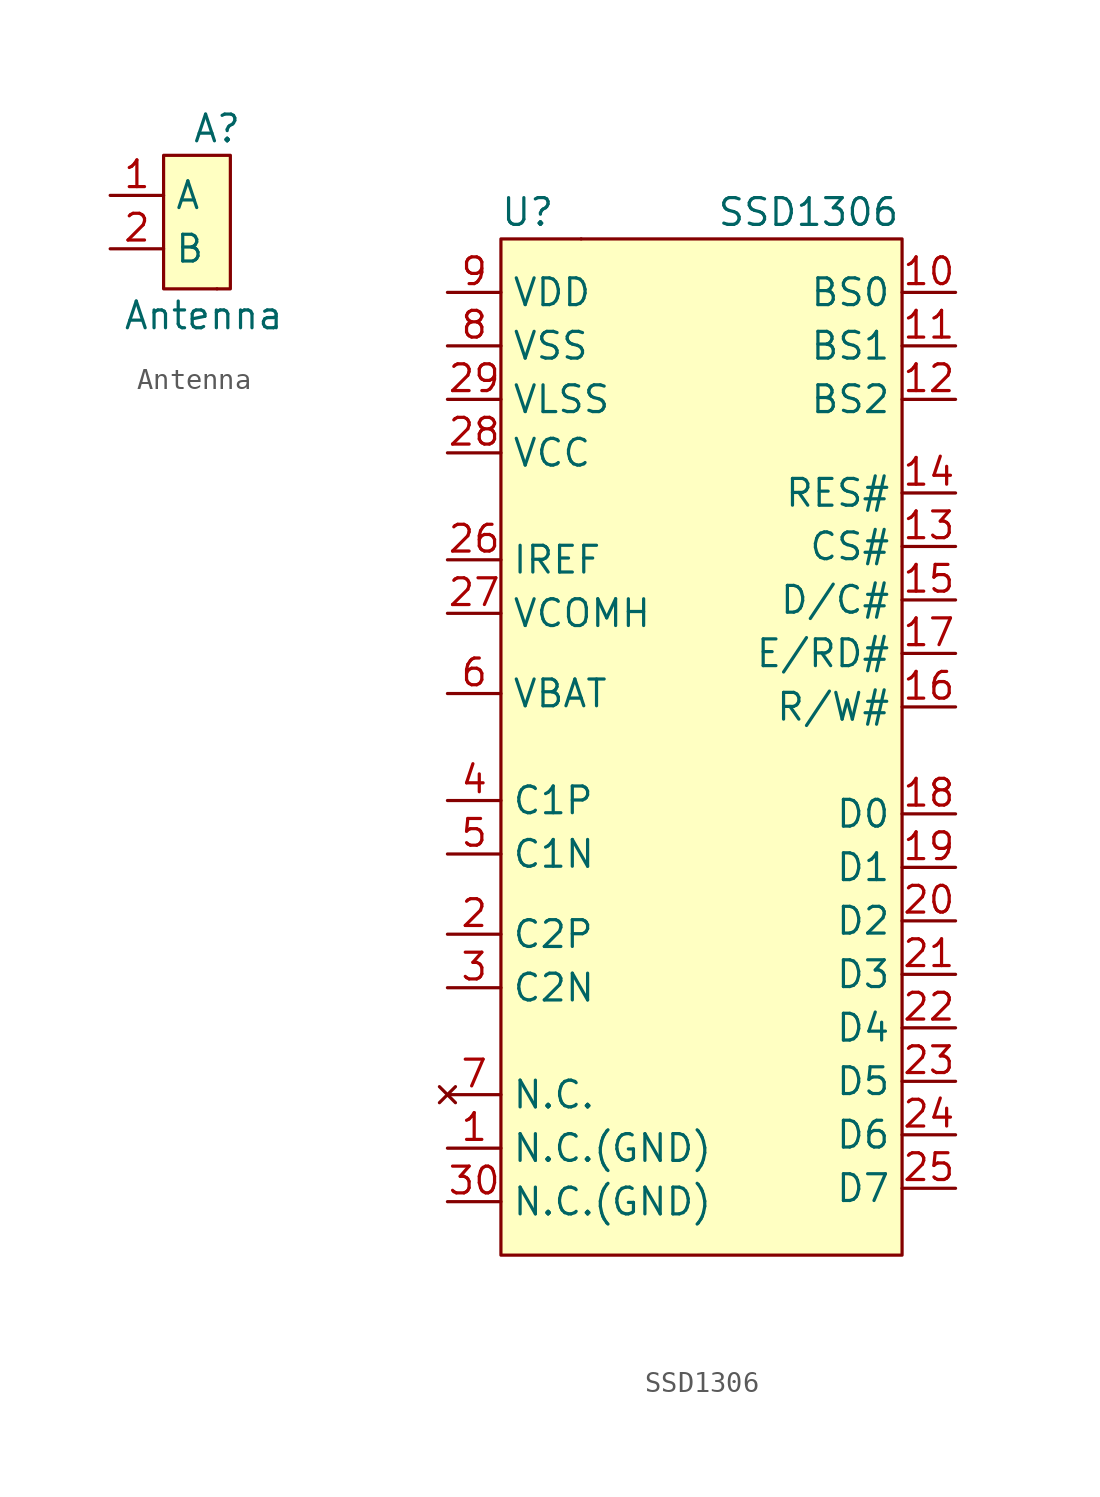
<source format=kicad_sym>
(kicad_symbol_lib
  (version 20211014)
  (generator kicad_symbol_editor)
  (symbol "Antenna"
    (property "Reference" "A"
      (at 2.54 4.445 0)
      (effects (font (size 1.27 1.27))))
    (property "Value" "Antenna"
      (at 1.905 -4.445 0)
      (effects (font (size 1.27 1.27))))
    (symbol "Antenna_0_1"
      (rectangle (start 0 3.175) (end 3.175 -3.175) (stroke (width 0.152) (type default) (color 0 0 0 0)) (fill (type background)))
      (rectangle (start 2.54 -3.175) (end 2.54 -3.175) (stroke (width 0.152) (type default) (color 0 0 0 0)) (fill (type none))))
    (symbol "Antenna_1_1"
      (pin passive line (at -2.54 1.27 0) (length 2.54) (name "A" (effects (font (size 1.27 1.27)))) (number "1" (effects (font (size 1.27 1.27)))))
      (pin passive line (at -2.54 -1.27 0) (length 2.54) (name "B" (effects (font (size 1.27 1.27)))) (number "2" (effects (font (size 1.27 1.27)))))))
  (symbol "SSD1306"
    (property "Reference" "U"
      (at -8.255 3.81 0)
      (effects (font (size 1.27 1.27))))
    (property "Value" "SSD1306"
      (at 5.08 3.81 0)
      (effects (font (size 1.27 1.27))))
    (symbol "SSD1306_0_1"
      (rectangle (start -9.525 2.54) (end 9.525 -45.72) (stroke (width 0.152) (type default) (color 0 0 0 0)) (fill (type background)))
      (rectangle (start -5.715 2.54) (end -5.715 2.54) (stroke (width 0.152) (type default) (color 0 0 0 0)) (fill (type outline))))
    (symbol "SSD1306_1_1"
      (pin power_in line (at -12.065 -40.64 0) (length 2.54) (name "N.C.(GND)" (effects (font (size 1.27 1.27)))) (number "1" (effects (font (size 1.27 1.27)))))
      (pin input line (at 12.065 0 180) (length 2.54) (name "BS0" (effects (font (size 1.27 1.27)))) (number "10" (effects (font (size 1.27 1.27)))))
      (pin input line (at 12.065 -2.54 180) (length 2.54) (name "BS1" (effects (font (size 1.27 1.27)))) (number "11" (effects (font (size 1.27 1.27)))))
      (pin input line (at 12.065 -5.08 180) (length 2.54) (name "BS2" (effects (font (size 1.27 1.27)))) (number "12" (effects (font (size 1.27 1.27)))))
      (pin input line (at 12.065 -12.065 180) (length 2.54) (name "CS#" (effects (font (size 1.27 1.27)))) (number "13" (effects (font (size 1.27 1.27)))))
      (pin input line (at 12.065 -9.525 180) (length 2.54) (name "RES#" (effects (font (size 1.27 1.27)))) (number "14" (effects (font (size 1.27 1.27)))))
      (pin input line (at 12.065 -14.605 180) (length 2.54) (name "D/C#" (effects (font (size 1.27 1.27)))) (number "15" (effects (font (size 1.27 1.27)))))
      (pin input line (at 12.065 -19.685 180) (length 2.54) (name "R/W#" (effects (font (size 1.27 1.27)))) (number "16" (effects (font (size 1.27 1.27)))))
      (pin input line (at 12.065 -17.145 180) (length 2.54) (name "E/RD#" (effects (font (size 1.27 1.27)))) (number "17" (effects (font (size 1.27 1.27)))))
      (pin bidirectional line (at 12.065 -24.765 180) (length 2.54) (name "D0" (effects (font (size 1.27 1.27)))) (number "18" (effects (font (size 1.27 1.27)))))
      (pin bidirectional line (at 12.065 -27.305 180) (length 2.54) (name "D1" (effects (font (size 1.27 1.27)))) (number "19" (effects (font (size 1.27 1.27)))))
      (pin input line (at -12.065 -30.48 0) (length 2.54) (name "C2P" (effects (font (size 1.27 1.27)))) (number "2" (effects (font (size 1.27 1.27)))))
      (pin bidirectional line (at 12.065 -29.845 180) (length 2.54) (name "D2" (effects (font (size 1.27 1.27)))) (number "20" (effects (font (size 1.27 1.27)))))
      (pin bidirectional line (at 12.065 -32.385 180) (length 2.54) (name "D3" (effects (font (size 1.27 1.27)))) (number "21" (effects (font (size 1.27 1.27)))))
      (pin bidirectional line (at 12.065 -34.925 180) (length 2.54) (name "D4" (effects (font (size 1.27 1.27)))) (number "22" (effects (font (size 1.27 1.27)))))
      (pin bidirectional line (at 12.065 -37.465 180) (length 2.54) (name "D5" (effects (font (size 1.27 1.27)))) (number "23" (effects (font (size 1.27 1.27)))))
      (pin bidirectional line (at 12.065 -40.005 180) (length 2.54) (name "D6" (effects (font (size 1.27 1.27)))) (number "24" (effects (font (size 1.27 1.27)))))
      (pin bidirectional line (at 12.065 -42.545 180) (length 2.54) (name "D7" (effects (font (size 1.27 1.27)))) (number "25" (effects (font (size 1.27 1.27)))))
      (pin input line (at -12.065 -12.7 0) (length 2.54) (name "IREF" (effects (font (size 1.27 1.27)))) (number "26" (effects (font (size 1.27 1.27)))))
      (pin output line (at -12.065 -15.24 0) (length 2.54) (name "VCOMH" (effects (font (size 1.27 1.27)))) (number "27" (effects (font (size 1.27 1.27)))))
      (pin power_in line (at -12.065 -7.62 0) (length 2.54) (name "VCC" (effects (font (size 1.27 1.27)))) (number "28" (effects (font (size 1.27 1.27)))))
      (pin power_in line (at -12.065 -5.08 0) (length 2.54) (name "VLSS" (effects (font (size 1.27 1.27)))) (number "29" (effects (font (size 1.27 1.27)))))
      (pin input line (at -12.065 -33.02 0) (length 2.54) (name "C2N" (effects (font (size 1.27 1.27)))) (number "3" (effects (font (size 1.27 1.27)))))
      (pin power_in line (at -12.065 -43.18 0) (length 2.54) (name "N.C.(GND)" (effects (font (size 1.27 1.27)))) (number "30" (effects (font (size 1.27 1.27)))))
      (pin input line (at -12.065 -24.13 0) (length 2.54) (name "C1P" (effects (font (size 1.27 1.27)))) (number "4" (effects (font (size 1.27 1.27)))))
      (pin input line (at -12.065 -26.67 0) (length 2.54) (name "C1N" (effects (font (size 1.27 1.27)))) (number "5" (effects (font (size 1.27 1.27)))))
      (pin power_in line (at -12.065 -19.05 0) (length 2.54) (name "VBAT" (effects (font (size 1.27 1.27)))) (number "6" (effects (font (size 1.27 1.27)))))
      (pin no_connect line (at -12.065 -38.1 0) (length 2.54) (name "N.C." (effects (font (size 1.27 1.27)))) (number "7" (effects (font (size 1.27 1.27)))))
      (pin power_in line (at -12.065 -2.54 0) (length 2.54) (name "VSS" (effects (font (size 1.27 1.27)))) (number "8" (effects (font (size 1.27 1.27)))))
      (pin power_in line (at -12.065 0 0) (length 2.54) (name "VDD" (effects (font (size 1.27 1.27)))) (number "9" (effects (font (size 1.27 1.27))))))))
</source>
